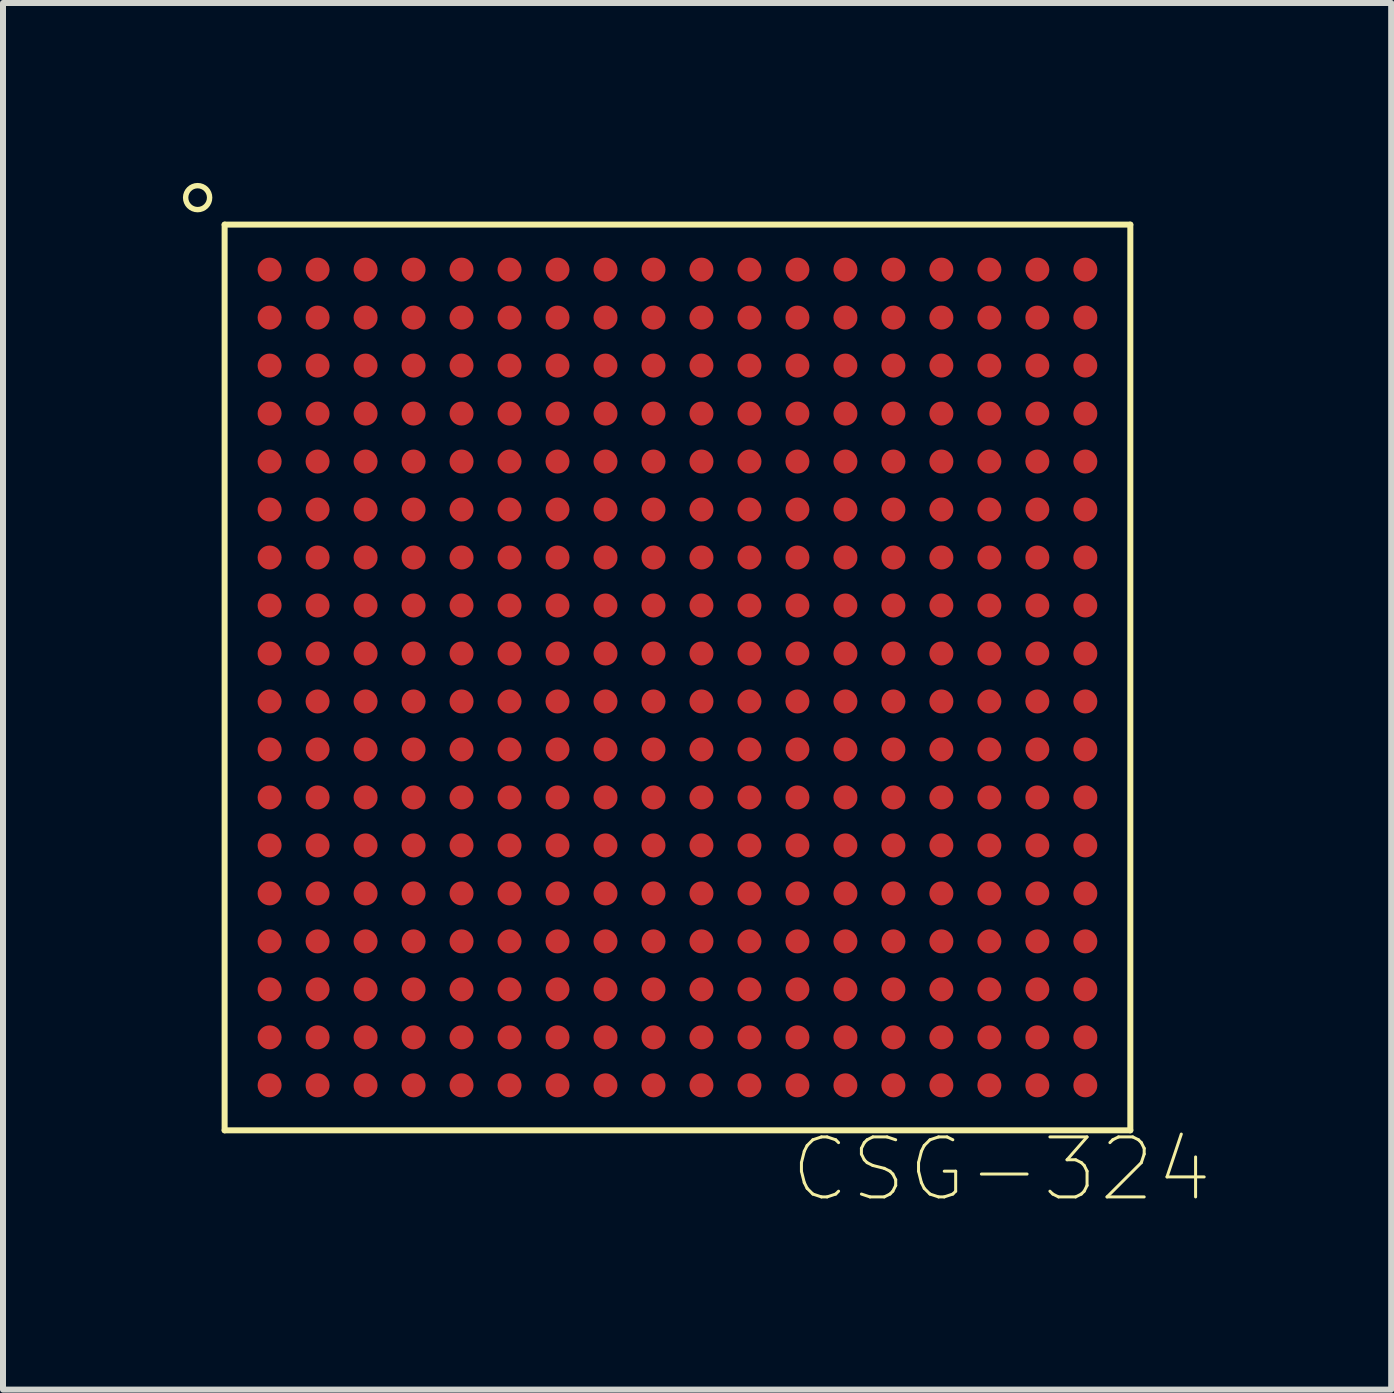
<source format=kicad_pcb>
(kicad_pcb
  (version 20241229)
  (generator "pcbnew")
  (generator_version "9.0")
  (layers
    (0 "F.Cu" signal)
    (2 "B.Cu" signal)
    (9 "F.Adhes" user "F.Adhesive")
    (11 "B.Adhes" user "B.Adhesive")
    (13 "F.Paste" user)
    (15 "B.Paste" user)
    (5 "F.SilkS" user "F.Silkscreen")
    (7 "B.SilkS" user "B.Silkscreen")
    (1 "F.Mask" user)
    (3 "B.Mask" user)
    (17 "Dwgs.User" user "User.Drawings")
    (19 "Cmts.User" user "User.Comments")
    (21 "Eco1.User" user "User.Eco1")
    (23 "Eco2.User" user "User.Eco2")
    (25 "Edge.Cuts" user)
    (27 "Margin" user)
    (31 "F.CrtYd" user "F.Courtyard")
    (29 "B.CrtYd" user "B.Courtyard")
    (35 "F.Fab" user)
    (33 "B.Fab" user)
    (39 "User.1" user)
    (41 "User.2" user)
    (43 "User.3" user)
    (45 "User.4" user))
  (footprint "CSG-324"
    (layer "F.Cu")
    (at 8.245 8.245)
    (property "Reference" "CSG-324" (at 5.4 8.2 0) (layer "F.SilkS") (effects (font (size 1 1) (thickness 0.05))))
    (attr smd)
    (fp_line (start -7.55 -7.55) (end -7.55 7.55) (stroke (width 0.1) (type solid)) (layer "F.SilkS"))
    (fp_line (start -7.55 7.55) (end 7.55 7.55) (stroke (width 0.1) (type solid)) (layer "F.SilkS"))
    (fp_line (start 7.55 -7.55) (end -7.55 -7.55) (stroke (width 0.1) (type solid)) (layer "F.SilkS"))
    (fp_line (start 7.55 7.55) (end 7.55 -7.55) (stroke (width 0.1) (type solid)) (layer "F.SilkS"))
    (fp_circle (center -8 -8) (end -8.2 -8) (stroke (width 0.09) (type solid)) (fill no) (layer "F.SilkS"))
    (pad "A1" smd circle (at -6.8 -6.8) (size 0.4 0.4) (layers "F.Cu" "F.Mask" "F.Paste"))
    (pad "A2" smd circle (at -6 -6.8) (size 0.4 0.4) (layers "F.Cu" "F.Mask" "F.Paste"))
    (pad "A3" smd circle (at -5.2 -6.8) (size 0.4 0.4) (layers "F.Cu" "F.Mask" "F.Paste"))
    (pad "A4" smd circle (at -4.4 -6.8) (size 0.4 0.4) (layers "F.Cu" "F.Mask" "F.Paste"))
    (pad "A5" smd circle (at -3.6 -6.8) (size 0.4 0.4) (layers "F.Cu" "F.Mask" "F.Paste"))
    (pad "A6" smd circle (at -2.8 -6.8) (size 0.4 0.4) (layers "F.Cu" "F.Mask" "F.Paste"))
    (pad "A7" smd circle (at -2 -6.8) (size 0.4 0.4) (layers "F.Cu" "F.Mask" "F.Paste"))
    (pad "A8" smd circle (at -1.2 -6.8) (size 0.4 0.4) (layers "F.Cu" "F.Mask" "F.Paste"))
    (pad "A9" smd circle (at -0.4 -6.8) (size 0.4 0.4) (layers "F.Cu" "F.Mask" "F.Paste"))
    (pad "A10" smd circle (at 0.4 -6.8) (size 0.4 0.4) (layers "F.Cu" "F.Mask" "F.Paste"))
    (pad "A11" smd circle (at 1.2 -6.8) (size 0.4 0.4) (layers "F.Cu" "F.Mask" "F.Paste"))
    (pad "A12" smd circle (at 2 -6.8) (size 0.4 0.4) (layers "F.Cu" "F.Mask" "F.Paste"))
    (pad "A13" smd circle (at 2.8 -6.8) (size 0.4 0.4) (layers "F.Cu" "F.Mask" "F.Paste"))
    (pad "A14" smd circle (at 3.6 -6.8) (size 0.4 0.4) (layers "F.Cu" "F.Mask" "F.Paste"))
    (pad "A15" smd circle (at 4.4 -6.8) (size 0.4 0.4) (layers "F.Cu" "F.Mask" "F.Paste"))
    (pad "A16" smd circle (at 5.2 -6.8) (size 0.4 0.4) (layers "F.Cu" "F.Mask" "F.Paste"))
    (pad "A17" smd circle (at 6 -6.8) (size 0.4 0.4) (layers "F.Cu" "F.Mask" "F.Paste"))
    (pad "A18" smd circle (at 6.8 -6.8) (size 0.4 0.4) (layers "F.Cu" "F.Mask" "F.Paste"))
    (pad "B1" smd circle (at -6.8 -6) (size 0.4 0.4) (layers "F.Cu" "F.Mask" "F.Paste"))
    (pad "B2" smd circle (at -6 -6) (size 0.4 0.4) (layers "F.Cu" "F.Mask" "F.Paste"))
    (pad "B3" smd circle (at -5.2 -6) (size 0.4 0.4) (layers "F.Cu" "F.Mask" "F.Paste"))
    (pad "B4" smd circle (at -4.4 -6) (size 0.4 0.4) (layers "F.Cu" "F.Mask" "F.Paste"))
    (pad "B5" smd circle (at -3.6 -6) (size 0.4 0.4) (layers "F.Cu" "F.Mask" "F.Paste"))
    (pad "B6" smd circle (at -2.8 -6) (size 0.4 0.4) (layers "F.Cu" "F.Mask" "F.Paste"))
    (pad "B7" smd circle (at -2 -6) (size 0.4 0.4) (layers "F.Cu" "F.Mask" "F.Paste"))
    (pad "B8" smd circle (at -1.2 -6) (size 0.4 0.4) (layers "F.Cu" "F.Mask" "F.Paste"))
    (pad "B9" smd circle (at -0.4 -6) (size 0.4 0.4) (layers "F.Cu" "F.Mask" "F.Paste"))
    (pad "B10" smd circle (at 0.4 -6) (size 0.4 0.4) (layers "F.Cu" "F.Mask" "F.Paste"))
    (pad "B11" smd circle (at 1.2 -6) (size 0.4 0.4) (layers "F.Cu" "F.Mask" "F.Paste"))
    (pad "B12" smd circle (at 2 -6) (size 0.4 0.4) (layers "F.Cu" "F.Mask" "F.Paste"))
    (pad "B13" smd circle (at 2.8 -6) (size 0.4 0.4) (layers "F.Cu" "F.Mask" "F.Paste"))
    (pad "B14" smd circle (at 3.6 -6) (size 0.4 0.4) (layers "F.Cu" "F.Mask" "F.Paste"))
    (pad "B15" smd circle (at 4.4 -6) (size 0.4 0.4) (layers "F.Cu" "F.Mask" "F.Paste"))
    (pad "B16" smd circle (at 5.2 -6) (size 0.4 0.4) (layers "F.Cu" "F.Mask" "F.Paste"))
    (pad "B17" smd circle (at 6 -6) (size 0.4 0.4) (layers "F.Cu" "F.Mask" "F.Paste"))
    (pad "B18" smd circle (at 6.8 -6) (size 0.4 0.4) (layers "F.Cu" "F.Mask" "F.Paste"))
    (pad "C1" smd circle (at -6.8 -5.2) (size 0.4 0.4) (layers "F.Cu" "F.Mask" "F.Paste"))
    (pad "C2" smd circle (at -6 -5.2) (size 0.4 0.4) (layers "F.Cu" "F.Mask" "F.Paste"))
    (pad "C3" smd circle (at -5.2 -5.2) (size 0.4 0.4) (layers "F.Cu" "F.Mask" "F.Paste"))
    (pad "C4" smd circle (at -4.4 -5.2) (size 0.4 0.4) (layers "F.Cu" "F.Mask" "F.Paste"))
    (pad "C5" smd circle (at -3.6 -5.2) (size 0.4 0.4) (layers "F.Cu" "F.Mask" "F.Paste"))
    (pad "C6" smd circle (at -2.8 -5.2) (size 0.4 0.4) (layers "F.Cu" "F.Mask" "F.Paste"))
    (pad "C7" smd circle (at -2 -5.2) (size 0.4 0.4) (layers "F.Cu" "F.Mask" "F.Paste"))
    (pad "C8" smd circle (at -1.2 -5.2) (size 0.4 0.4) (layers "F.Cu" "F.Mask" "F.Paste"))
    (pad "C9" smd circle (at -0.4 -5.2) (size 0.4 0.4) (layers "F.Cu" "F.Mask" "F.Paste"))
    (pad "C10" smd circle (at 0.4 -5.2) (size 0.4 0.4) (layers "F.Cu" "F.Mask" "F.Paste"))
    (pad "C11" smd circle (at 1.2 -5.2) (size 0.4 0.4) (layers "F.Cu" "F.Mask" "F.Paste"))
    (pad "C12" smd circle (at 2 -5.2) (size 0.4 0.4) (layers "F.Cu" "F.Mask" "F.Paste"))
    (pad "C13" smd circle (at 2.8 -5.2) (size 0.4 0.4) (layers "F.Cu" "F.Mask" "F.Paste"))
    (pad "C14" smd circle (at 3.6 -5.2) (size 0.4 0.4) (layers "F.Cu" "F.Mask" "F.Paste"))
    (pad "C15" smd circle (at 4.4 -5.2) (size 0.4 0.4) (layers "F.Cu" "F.Mask" "F.Paste"))
    (pad "C16" smd circle (at 5.2 -5.2) (size 0.4 0.4) (layers "F.Cu" "F.Mask" "F.Paste"))
    (pad "C17" smd circle (at 6 -5.2) (size 0.4 0.4) (layers "F.Cu" "F.Mask" "F.Paste"))
    (pad "C18" smd circle (at 6.8 -5.2) (size 0.4 0.4) (layers "F.Cu" "F.Mask" "F.Paste"))
    (pad "D1" smd circle (at -6.8 -4.4) (size 0.4 0.4) (layers "F.Cu" "F.Mask" "F.Paste"))
    (pad "D2" smd circle (at -6 -4.4) (size 0.4 0.4) (layers "F.Cu" "F.Mask" "F.Paste"))
    (pad "D3" smd circle (at -5.2 -4.4) (size 0.4 0.4) (layers "F.Cu" "F.Mask" "F.Paste"))
    (pad "D4" smd circle (at -4.4 -4.4) (size 0.4 0.4) (layers "F.Cu" "F.Mask" "F.Paste"))
    (pad "D5" smd circle (at -3.6 -4.4) (size 0.4 0.4) (layers "F.Cu" "F.Mask" "F.Paste"))
    (pad "D6" smd circle (at -2.8 -4.4) (size 0.4 0.4) (layers "F.Cu" "F.Mask" "F.Paste"))
    (pad "D7" smd circle (at -2 -4.4) (size 0.4 0.4) (layers "F.Cu" "F.Mask" "F.Paste"))
    (pad "D8" smd circle (at -1.2 -4.4) (size 0.4 0.4) (layers "F.Cu" "F.Mask" "F.Paste"))
    (pad "D9" smd circle (at -0.4 -4.4) (size 0.4 0.4) (layers "F.Cu" "F.Mask" "F.Paste"))
    (pad "D10" smd circle (at 0.4 -4.4) (size 0.4 0.4) (layers "F.Cu" "F.Mask" "F.Paste"))
    (pad "D11" smd circle (at 1.2 -4.4) (size 0.4 0.4) (layers "F.Cu" "F.Mask" "F.Paste"))
    (pad "D12" smd circle (at 2 -4.4) (size 0.4 0.4) (layers "F.Cu" "F.Mask" "F.Paste"))
    (pad "D13" smd circle (at 2.8 -4.4) (size 0.4 0.4) (layers "F.Cu" "F.Mask" "F.Paste"))
    (pad "D14" smd circle (at 3.6 -4.4) (size 0.4 0.4) (layers "F.Cu" "F.Mask" "F.Paste"))
    (pad "D15" smd circle (at 4.4 -4.4) (size 0.4 0.4) (layers "F.Cu" "F.Mask" "F.Paste"))
    (pad "D16" smd circle (at 5.2 -4.4) (size 0.4 0.4) (layers "F.Cu" "F.Mask" "F.Paste"))
    (pad "D17" smd circle (at 6 -4.4) (size 0.4 0.4) (layers "F.Cu" "F.Mask" "F.Paste"))
    (pad "D18" smd circle (at 6.8 -4.4) (size 0.4 0.4) (layers "F.Cu" "F.Mask" "F.Paste"))
    (pad "E1" smd circle (at -6.8 -3.6) (size 0.4 0.4) (layers "F.Cu" "F.Mask" "F.Paste"))
    (pad "E2" smd circle (at -6 -3.6) (size 0.4 0.4) (layers "F.Cu" "F.Mask" "F.Paste"))
    (pad "E3" smd circle (at -5.2 -3.6) (size 0.4 0.4) (layers "F.Cu" "F.Mask" "F.Paste"))
    (pad "E4" smd circle (at -4.4 -3.6) (size 0.4 0.4) (layers "F.Cu" "F.Mask" "F.Paste"))
    (pad "E5" smd circle (at -3.6 -3.6) (size 0.4 0.4) (layers "F.Cu" "F.Mask" "F.Paste"))
    (pad "E6" smd circle (at -2.8 -3.6) (size 0.4 0.4) (layers "F.Cu" "F.Mask" "F.Paste"))
    (pad "E7" smd circle (at -2 -3.6) (size 0.4 0.4) (layers "F.Cu" "F.Mask" "F.Paste"))
    (pad "E8" smd circle (at -1.2 -3.6) (size 0.4 0.4) (layers "F.Cu" "F.Mask" "F.Paste"))
    (pad "E9" smd circle (at -0.4 -3.6) (size 0.4 0.4) (layers "F.Cu" "F.Mask" "F.Paste"))
    (pad "E10" smd circle (at 0.4 -3.6) (size 0.4 0.4) (layers "F.Cu" "F.Mask" "F.Paste"))
    (pad "E11" smd circle (at 1.2 -3.6) (size 0.4 0.4) (layers "F.Cu" "F.Mask" "F.Paste"))
    (pad "E12" smd circle (at 2 -3.6) (size 0.4 0.4) (layers "F.Cu" "F.Mask" "F.Paste"))
    (pad "E13" smd circle (at 2.8 -3.6) (size 0.4 0.4) (layers "F.Cu" "F.Mask" "F.Paste"))
    (pad "E14" smd circle (at 3.6 -3.6) (size 0.4 0.4) (layers "F.Cu" "F.Mask" "F.Paste"))
    (pad "E15" smd circle (at 4.4 -3.6) (size 0.4 0.4) (layers "F.Cu" "F.Mask" "F.Paste"))
    (pad "E16" smd circle (at 5.2 -3.6) (size 0.4 0.4) (layers "F.Cu" "F.Mask" "F.Paste"))
    (pad "E17" smd circle (at 6 -3.6) (size 0.4 0.4) (layers "F.Cu" "F.Mask" "F.Paste"))
    (pad "E18" smd circle (at 6.8 -3.6) (size 0.4 0.4) (layers "F.Cu" "F.Mask" "F.Paste"))
    (pad "F1" smd circle (at -6.8 -2.8) (size 0.4 0.4) (layers "F.Cu" "F.Mask" "F.Paste"))
    (pad "F2" smd circle (at -6 -2.8) (size 0.4 0.4) (layers "F.Cu" "F.Mask" "F.Paste"))
    (pad "F3" smd circle (at -5.2 -2.8) (size 0.4 0.4) (layers "F.Cu" "F.Mask" "F.Paste"))
    (pad "F4" smd circle (at -4.4 -2.8) (size 0.4 0.4) (layers "F.Cu" "F.Mask" "F.Paste"))
    (pad "F5" smd circle (at -3.6 -2.8) (size 0.4 0.4) (layers "F.Cu" "F.Mask" "F.Paste"))
    (pad "F6" smd circle (at -2.8 -2.8) (size 0.4 0.4) (layers "F.Cu" "F.Mask" "F.Paste"))
    (pad "F7" smd circle (at -2 -2.8) (size 0.4 0.4) (layers "F.Cu" "F.Mask" "F.Paste"))
    (pad "F8" smd circle (at -1.2 -2.8) (size 0.4 0.4) (layers "F.Cu" "F.Mask" "F.Paste"))
    (pad "F9" smd circle (at -0.4 -2.8) (size 0.4 0.4) (layers "F.Cu" "F.Mask" "F.Paste"))
    (pad "F10" smd circle (at 0.4 -2.8) (size 0.4 0.4) (layers "F.Cu" "F.Mask" "F.Paste"))
    (pad "F11" smd circle (at 1.2 -2.8) (size 0.4 0.4) (layers "F.Cu" "F.Mask" "F.Paste"))
    (pad "F12" smd circle (at 2 -2.8) (size 0.4 0.4) (layers "F.Cu" "F.Mask" "F.Paste"))
    (pad "F13" smd circle (at 2.8 -2.8) (size 0.4 0.4) (layers "F.Cu" "F.Mask" "F.Paste"))
    (pad "F14" smd circle (at 3.6 -2.8) (size 0.4 0.4) (layers "F.Cu" "F.Mask" "F.Paste"))
    (pad "F15" smd circle (at 4.4 -2.8) (size 0.4 0.4) (layers "F.Cu" "F.Mask" "F.Paste"))
    (pad "F16" smd circle (at 5.2 -2.8) (size 0.4 0.4) (layers "F.Cu" "F.Mask" "F.Paste"))
    (pad "F17" smd circle (at 6 -2.8) (size 0.4 0.4) (layers "F.Cu" "F.Mask" "F.Paste"))
    (pad "F18" smd circle (at 6.8 -2.8) (size 0.4 0.4) (layers "F.Cu" "F.Mask" "F.Paste"))
    (pad "G1" smd circle (at -6.8 -2) (size 0.4 0.4) (layers "F.Cu" "F.Mask" "F.Paste"))
    (pad "G2" smd circle (at -6 -2) (size 0.4 0.4) (layers "F.Cu" "F.Mask" "F.Paste"))
    (pad "G3" smd circle (at -5.2 -2) (size 0.4 0.4) (layers "F.Cu" "F.Mask" "F.Paste"))
    (pad "G4" smd circle (at -4.4 -2) (size 0.4 0.4) (layers "F.Cu" "F.Mask" "F.Paste"))
    (pad "G5" smd circle (at -3.6 -2) (size 0.4 0.4) (layers "F.Cu" "F.Mask" "F.Paste"))
    (pad "G6" smd circle (at -2.8 -2) (size 0.4 0.4) (layers "F.Cu" "F.Mask" "F.Paste"))
    (pad "G7" smd circle (at -2 -2) (size 0.4 0.4) (layers "F.Cu" "F.Mask" "F.Paste"))
    (pad "G8" smd circle (at -1.2 -2) (size 0.4 0.4) (layers "F.Cu" "F.Mask" "F.Paste"))
    (pad "G9" smd circle (at -0.4 -2) (size 0.4 0.4) (layers "F.Cu" "F.Mask" "F.Paste"))
    (pad "G10" smd circle (at 0.4 -2) (size 0.4 0.4) (layers "F.Cu" "F.Mask" "F.Paste"))
    (pad "G11" smd circle (at 1.2 -2) (size 0.4 0.4) (layers "F.Cu" "F.Mask" "F.Paste"))
    (pad "G12" smd circle (at 2 -2) (size 0.4 0.4) (layers "F.Cu" "F.Mask" "F.Paste"))
    (pad "G13" smd circle (at 2.8 -2) (size 0.4 0.4) (layers "F.Cu" "F.Mask" "F.Paste"))
    (pad "G14" smd circle (at 3.6 -2) (size 0.4 0.4) (layers "F.Cu" "F.Mask" "F.Paste"))
    (pad "G15" smd circle (at 4.4 -2) (size 0.4 0.4) (layers "F.Cu" "F.Mask" "F.Paste"))
    (pad "G16" smd circle (at 5.2 -2) (size 0.4 0.4) (layers "F.Cu" "F.Mask" "F.Paste"))
    (pad "G17" smd circle (at 6 -2) (size 0.4 0.4) (layers "F.Cu" "F.Mask" "F.Paste"))
    (pad "G18" smd circle (at 6.8 -2) (size 0.4 0.4) (layers "F.Cu" "F.Mask" "F.Paste"))
    (pad "H1" smd circle (at -6.8 -1.2) (size 0.4 0.4) (layers "F.Cu" "F.Mask" "F.Paste"))
    (pad "H2" smd circle (at -6 -1.2) (size 0.4 0.4) (layers "F.Cu" "F.Mask" "F.Paste"))
    (pad "H3" smd circle (at -5.2 -1.2) (size 0.4 0.4) (layers "F.Cu" "F.Mask" "F.Paste"))
    (pad "H4" smd circle (at -4.4 -1.2) (size 0.4 0.4) (layers "F.Cu" "F.Mask" "F.Paste"))
    (pad "H5" smd circle (at -3.6 -1.2) (size 0.4 0.4) (layers "F.Cu" "F.Mask" "F.Paste"))
    (pad "H6" smd circle (at -2.8 -1.2) (size 0.4 0.4) (layers "F.Cu" "F.Mask" "F.Paste"))
    (pad "H7" smd circle (at -2 -1.2) (size 0.4 0.4) (layers "F.Cu" "F.Mask" "F.Paste"))
    (pad "H8" smd circle (at -1.2 -1.2) (size 0.4 0.4) (layers "F.Cu" "F.Mask" "F.Paste"))
    (pad "H9" smd circle (at -0.4 -1.2) (size 0.4 0.4) (layers "F.Cu" "F.Mask" "F.Paste"))
    (pad "H10" smd circle (at 0.4 -1.2) (size 0.4 0.4) (layers "F.Cu" "F.Mask" "F.Paste"))
    (pad "H11" smd circle (at 1.2 -1.2) (size 0.4 0.4) (layers "F.Cu" "F.Mask" "F.Paste"))
    (pad "H12" smd circle (at 2 -1.2) (size 0.4 0.4) (layers "F.Cu" "F.Mask" "F.Paste"))
    (pad "H13" smd circle (at 2.8 -1.2) (size 0.4 0.4) (layers "F.Cu" "F.Mask" "F.Paste"))
    (pad "H14" smd circle (at 3.6 -1.2) (size 0.4 0.4) (layers "F.Cu" "F.Mask" "F.Paste"))
    (pad "H15" smd circle (at 4.4 -1.2) (size 0.4 0.4) (layers "F.Cu" "F.Mask" "F.Paste"))
    (pad "H16" smd circle (at 5.2 -1.2) (size 0.4 0.4) (layers "F.Cu" "F.Mask" "F.Paste"))
    (pad "H17" smd circle (at 6 -1.2) (size 0.4 0.4) (layers "F.Cu" "F.Mask" "F.Paste"))
    (pad "H18" smd circle (at 6.8 -1.2) (size 0.4 0.4) (layers "F.Cu" "F.Mask" "F.Paste"))
    (pad "J1" smd circle (at -6.8 -0.4) (size 0.4 0.4) (layers "F.Cu" "F.Mask" "F.Paste"))
    (pad "J2" smd circle (at -6 -0.4) (size 0.4 0.4) (layers "F.Cu" "F.Mask" "F.Paste"))
    (pad "J3" smd circle (at -5.2 -0.4) (size 0.4 0.4) (layers "F.Cu" "F.Mask" "F.Paste"))
    (pad "J4" smd circle (at -4.4 -0.4) (size 0.4 0.4) (layers "F.Cu" "F.Mask" "F.Paste"))
    (pad "J5" smd circle (at -3.6 -0.4) (size 0.4 0.4) (layers "F.Cu" "F.Mask" "F.Paste"))
    (pad "J6" smd circle (at -2.8 -0.4) (size 0.4 0.4) (layers "F.Cu" "F.Mask" "F.Paste"))
    (pad "J7" smd circle (at -2 -0.4) (size 0.4 0.4) (layers "F.Cu" "F.Mask" "F.Paste"))
    (pad "J8" smd circle (at -1.2 -0.4) (size 0.4 0.4) (layers "F.Cu" "F.Mask" "F.Paste"))
    (pad "J9" smd circle (at -0.4 -0.4) (size 0.4 0.4) (layers "F.Cu" "F.Mask" "F.Paste"))
    (pad "J10" smd circle (at 0.4 -0.4) (size 0.4 0.4) (layers "F.Cu" "F.Mask" "F.Paste"))
    (pad "J11" smd circle (at 1.2 -0.4) (size 0.4 0.4) (layers "F.Cu" "F.Mask" "F.Paste"))
    (pad "J12" smd circle (at 2 -0.4) (size 0.4 0.4) (layers "F.Cu" "F.Mask" "F.Paste"))
    (pad "J13" smd circle (at 2.8 -0.4) (size 0.4 0.4) (layers "F.Cu" "F.Mask" "F.Paste"))
    (pad "J14" smd circle (at 3.6 -0.4) (size 0.4 0.4) (layers "F.Cu" "F.Mask" "F.Paste"))
    (pad "J15" smd circle (at 4.4 -0.4) (size 0.4 0.4) (layers "F.Cu" "F.Mask" "F.Paste"))
    (pad "J16" smd circle (at 5.2 -0.4) (size 0.4 0.4) (layers "F.Cu" "F.Mask" "F.Paste"))
    (pad "J17" smd circle (at 6 -0.4) (size 0.4 0.4) (layers "F.Cu" "F.Mask" "F.Paste"))
    (pad "J18" smd circle (at 6.8 -0.4) (size 0.4 0.4) (layers "F.Cu" "F.Mask" "F.Paste"))
    (pad "K1" smd circle (at -6.8 0.4) (size 0.4 0.4) (layers "F.Cu" "F.Mask" "F.Paste"))
    (pad "K2" smd circle (at -6 0.4) (size 0.4 0.4) (layers "F.Cu" "F.Mask" "F.Paste"))
    (pad "K3" smd circle (at -5.2 0.4) (size 0.4 0.4) (layers "F.Cu" "F.Mask" "F.Paste"))
    (pad "K4" smd circle (at -4.4 0.4) (size 0.4 0.4) (layers "F.Cu" "F.Mask" "F.Paste"))
    (pad "K5" smd circle (at -3.6 0.4) (size 0.4 0.4) (layers "F.Cu" "F.Mask" "F.Paste"))
    (pad "K6" smd circle (at -2.8 0.4) (size 0.4 0.4) (layers "F.Cu" "F.Mask" "F.Paste"))
    (pad "K7" smd circle (at -2 0.4) (size 0.4 0.4) (layers "F.Cu" "F.Mask" "F.Paste"))
    (pad "K8" smd circle (at -1.2 0.4) (size 0.4 0.4) (layers "F.Cu" "F.Mask" "F.Paste"))
    (pad "K9" smd circle (at -0.4 0.4) (size 0.4 0.4) (layers "F.Cu" "F.Mask" "F.Paste"))
    (pad "K10" smd circle (at 0.4 0.4) (size 0.4 0.4) (layers "F.Cu" "F.Mask" "F.Paste"))
    (pad "K11" smd circle (at 1.2 0.4) (size 0.4 0.4) (layers "F.Cu" "F.Mask" "F.Paste"))
    (pad "K12" smd circle (at 2 0.4) (size 0.4 0.4) (layers "F.Cu" "F.Mask" "F.Paste"))
    (pad "K13" smd circle (at 2.8 0.4) (size 0.4 0.4) (layers "F.Cu" "F.Mask" "F.Paste"))
    (pad "K14" smd circle (at 3.6 0.4) (size 0.4 0.4) (layers "F.Cu" "F.Mask" "F.Paste"))
    (pad "K15" smd circle (at 4.4 0.4) (size 0.4 0.4) (layers "F.Cu" "F.Mask" "F.Paste"))
    (pad "K16" smd circle (at 5.2 0.4) (size 0.4 0.4) (layers "F.Cu" "F.Mask" "F.Paste"))
    (pad "K17" smd circle (at 6 0.4) (size 0.4 0.4) (layers "F.Cu" "F.Mask" "F.Paste"))
    (pad "K18" smd circle (at 6.8 0.4) (size 0.4 0.4) (layers "F.Cu" "F.Mask" "F.Paste"))
    (pad "L1" smd circle (at -6.8 1.2) (size 0.4 0.4) (layers "F.Cu" "F.Mask" "F.Paste"))
    (pad "L2" smd circle (at -6 1.2) (size 0.4 0.4) (layers "F.Cu" "F.Mask" "F.Paste"))
    (pad "L3" smd circle (at -5.2 1.2) (size 0.4 0.4) (layers "F.Cu" "F.Mask" "F.Paste"))
    (pad "L4" smd circle (at -4.4 1.2) (size 0.4 0.4) (layers "F.Cu" "F.Mask" "F.Paste"))
    (pad "L5" smd circle (at -3.6 1.2) (size 0.4 0.4) (layers "F.Cu" "F.Mask" "F.Paste"))
    (pad "L6" smd circle (at -2.8 1.2) (size 0.4 0.4) (layers "F.Cu" "F.Mask" "F.Paste"))
    (pad "L7" smd circle (at -2 1.2) (size 0.4 0.4) (layers "F.Cu" "F.Mask" "F.Paste"))
    (pad "L8" smd circle (at -1.2 1.2) (size 0.4 0.4) (layers "F.Cu" "F.Mask" "F.Paste"))
    (pad "L9" smd circle (at -0.4 1.2) (size 0.4 0.4) (layers "F.Cu" "F.Mask" "F.Paste"))
    (pad "L10" smd circle (at 0.4 1.2) (size 0.4 0.4) (layers "F.Cu" "F.Mask" "F.Paste"))
    (pad "L11" smd circle (at 1.2 1.2) (size 0.4 0.4) (layers "F.Cu" "F.Mask" "F.Paste"))
    (pad "L12" smd circle (at 2 1.2) (size 0.4 0.4) (layers "F.Cu" "F.Mask" "F.Paste"))
    (pad "L13" smd circle (at 2.8 1.2) (size 0.4 0.4) (layers "F.Cu" "F.Mask" "F.Paste"))
    (pad "L14" smd circle (at 3.6 1.2) (size 0.4 0.4) (layers "F.Cu" "F.Mask" "F.Paste"))
    (pad "L15" smd circle (at 4.4 1.2) (size 0.4 0.4) (layers "F.Cu" "F.Mask" "F.Paste"))
    (pad "L16" smd circle (at 5.2 1.2) (size 0.4 0.4) (layers "F.Cu" "F.Mask" "F.Paste"))
    (pad "L17" smd circle (at 6 1.2) (size 0.4 0.4) (layers "F.Cu" "F.Mask" "F.Paste"))
    (pad "L18" smd circle (at 6.8 1.2) (size 0.4 0.4) (layers "F.Cu" "F.Mask" "F.Paste"))
    (pad "M1" smd circle (at -6.8 2) (size 0.4 0.4) (layers "F.Cu" "F.Mask" "F.Paste"))
    (pad "M2" smd circle (at -6 2) (size 0.4 0.4) (layers "F.Cu" "F.Mask" "F.Paste"))
    (pad "M3" smd circle (at -5.2 2) (size 0.4 0.4) (layers "F.Cu" "F.Mask" "F.Paste"))
    (pad "M4" smd circle (at -4.4 2) (size 0.4 0.4) (layers "F.Cu" "F.Mask" "F.Paste"))
    (pad "M5" smd circle (at -3.6 2) (size 0.4 0.4) (layers "F.Cu" "F.Mask" "F.Paste"))
    (pad "M6" smd circle (at -2.8 2) (size 0.4 0.4) (layers "F.Cu" "F.Mask" "F.Paste"))
    (pad "M7" smd circle (at -2 2) (size 0.4 0.4) (layers "F.Cu" "F.Mask" "F.Paste"))
    (pad "M8" smd circle (at -1.2 2) (size 0.4 0.4) (layers "F.Cu" "F.Mask" "F.Paste"))
    (pad "M9" smd circle (at -0.4 2) (size 0.4 0.4) (layers "F.Cu" "F.Mask" "F.Paste"))
    (pad "M10" smd circle (at 0.4 2) (size 0.4 0.4) (layers "F.Cu" "F.Mask" "F.Paste"))
    (pad "M11" smd circle (at 1.2 2) (size 0.4 0.4) (layers "F.Cu" "F.Mask" "F.Paste"))
    (pad "M12" smd circle (at 2 2) (size 0.4 0.4) (layers "F.Cu" "F.Mask" "F.Paste"))
    (pad "M13" smd circle (at 2.8 2) (size 0.4 0.4) (layers "F.Cu" "F.Mask" "F.Paste"))
    (pad "M14" smd circle (at 3.6 2) (size 0.4 0.4) (layers "F.Cu" "F.Mask" "F.Paste"))
    (pad "M15" smd circle (at 4.4 2) (size 0.4 0.4) (layers "F.Cu" "F.Mask" "F.Paste"))
    (pad "M16" smd circle (at 5.2 2) (size 0.4 0.4) (layers "F.Cu" "F.Mask" "F.Paste"))
    (pad "M17" smd circle (at 6 2) (size 0.4 0.4) (layers "F.Cu" "F.Mask" "F.Paste"))
    (pad "M18" smd circle (at 6.8 2) (size 0.4 0.4) (layers "F.Cu" "F.Mask" "F.Paste"))
    (pad "N1" smd circle (at -6.8 2.8) (size 0.4 0.4) (layers "F.Cu" "F.Mask" "F.Paste"))
    (pad "N2" smd circle (at -6 2.8) (size 0.4 0.4) (layers "F.Cu" "F.Mask" "F.Paste"))
    (pad "N3" smd circle (at -5.2 2.8) (size 0.4 0.4) (layers "F.Cu" "F.Mask" "F.Paste"))
    (pad "N4" smd circle (at -4.4 2.8) (size 0.4 0.4) (layers "F.Cu" "F.Mask" "F.Paste"))
    (pad "N5" smd circle (at -3.6 2.8) (size 0.4 0.4) (layers "F.Cu" "F.Mask" "F.Paste"))
    (pad "N6" smd circle (at -2.8 2.8) (size 0.4 0.4) (layers "F.Cu" "F.Mask" "F.Paste"))
    (pad "N7" smd circle (at -2 2.8) (size 0.4 0.4) (layers "F.Cu" "F.Mask" "F.Paste"))
    (pad "N8" smd circle (at -1.2 2.8) (size 0.4 0.4) (layers "F.Cu" "F.Mask" "F.Paste"))
    (pad "N9" smd circle (at -0.4 2.8) (size 0.4 0.4) (layers "F.Cu" "F.Mask" "F.Paste"))
    (pad "N10" smd circle (at 0.4 2.8) (size 0.4 0.4) (layers "F.Cu" "F.Mask" "F.Paste"))
    (pad "N11" smd circle (at 1.2 2.8) (size 0.4 0.4) (layers "F.Cu" "F.Mask" "F.Paste"))
    (pad "N12" smd circle (at 2 2.8) (size 0.4 0.4) (layers "F.Cu" "F.Mask" "F.Paste"))
    (pad "N13" smd circle (at 2.8 2.8) (size 0.4 0.4) (layers "F.Cu" "F.Mask" "F.Paste"))
    (pad "N14" smd circle (at 3.6 2.8) (size 0.4 0.4) (layers "F.Cu" "F.Mask" "F.Paste"))
    (pad "N15" smd circle (at 4.4 2.8) (size 0.4 0.4) (layers "F.Cu" "F.Mask" "F.Paste"))
    (pad "N16" smd circle (at 5.2 2.8) (size 0.4 0.4) (layers "F.Cu" "F.Mask" "F.Paste"))
    (pad "N17" smd circle (at 6 2.8) (size 0.4 0.4) (layers "F.Cu" "F.Mask" "F.Paste"))
    (pad "N18" smd circle (at 6.8 2.8) (size 0.4 0.4) (layers "F.Cu" "F.Mask" "F.Paste"))
    (pad "P1" smd circle (at -6.8 3.6) (size 0.4 0.4) (layers "F.Cu" "F.Mask" "F.Paste"))
    (pad "P2" smd circle (at -6 3.6) (size 0.4 0.4) (layers "F.Cu" "F.Mask" "F.Paste"))
    (pad "P3" smd circle (at -5.2 3.6) (size 0.4 0.4) (layers "F.Cu" "F.Mask" "F.Paste"))
    (pad "P4" smd circle (at -4.4 3.6) (size 0.4 0.4) (layers "F.Cu" "F.Mask" "F.Paste"))
    (pad "P5" smd circle (at -3.6 3.6) (size 0.4 0.4) (layers "F.Cu" "F.Mask" "F.Paste"))
    (pad "P6" smd circle (at -2.8 3.6) (size 0.4 0.4) (layers "F.Cu" "F.Mask" "F.Paste"))
    (pad "P7" smd circle (at -2 3.6) (size 0.4 0.4) (layers "F.Cu" "F.Mask" "F.Paste"))
    (pad "P8" smd circle (at -1.2 3.6) (size 0.4 0.4) (layers "F.Cu" "F.Mask" "F.Paste"))
    (pad "P9" smd circle (at -0.4 3.6) (size 0.4 0.4) (layers "F.Cu" "F.Mask" "F.Paste"))
    (pad "P10" smd circle (at 0.4 3.6) (size 0.4 0.4) (layers "F.Cu" "F.Mask" "F.Paste"))
    (pad "P11" smd circle (at 1.2 3.6) (size 0.4 0.4) (layers "F.Cu" "F.Mask" "F.Paste"))
    (pad "P12" smd circle (at 2 3.6) (size 0.4 0.4) (layers "F.Cu" "F.Mask" "F.Paste"))
    (pad "P13" smd circle (at 2.8 3.6) (size 0.4 0.4) (layers "F.Cu" "F.Mask" "F.Paste"))
    (pad "P14" smd circle (at 3.6 3.6) (size 0.4 0.4) (layers "F.Cu" "F.Mask" "F.Paste"))
    (pad "P15" smd circle (at 4.4 3.6) (size 0.4 0.4) (layers "F.Cu" "F.Mask" "F.Paste"))
    (pad "P16" smd circle (at 5.2 3.6) (size 0.4 0.4) (layers "F.Cu" "F.Mask" "F.Paste"))
    (pad "P17" smd circle (at 6 3.6) (size 0.4 0.4) (layers "F.Cu" "F.Mask" "F.Paste"))
    (pad "P18" smd circle (at 6.8 3.6) (size 0.4 0.4) (layers "F.Cu" "F.Mask" "F.Paste"))
    (pad "R1" smd circle (at -6.8 4.4) (size 0.4 0.4) (layers "F.Cu" "F.Mask" "F.Paste"))
    (pad "R2" smd circle (at -6 4.4) (size 0.4 0.4) (layers "F.Cu" "F.Mask" "F.Paste"))
    (pad "R3" smd circle (at -5.2 4.4) (size 0.4 0.4) (layers "F.Cu" "F.Mask" "F.Paste"))
    (pad "R4" smd circle (at -4.4 4.4) (size 0.4 0.4) (layers "F.Cu" "F.Mask" "F.Paste"))
    (pad "R5" smd circle (at -3.6 4.4) (size 0.4 0.4) (layers "F.Cu" "F.Mask" "F.Paste"))
    (pad "R6" smd circle (at -2.8 4.4) (size 0.4 0.4) (layers "F.Cu" "F.Mask" "F.Paste"))
    (pad "R7" smd circle (at -2 4.4) (size 0.4 0.4) (layers "F.Cu" "F.Mask" "F.Paste"))
    (pad "R8" smd circle (at -1.2 4.4) (size 0.4 0.4) (layers "F.Cu" "F.Mask" "F.Paste"))
    (pad "R9" smd circle (at -0.4 4.4) (size 0.4 0.4) (layers "F.Cu" "F.Mask" "F.Paste"))
    (pad "R10" smd circle (at 0.4 4.4) (size 0.4 0.4) (layers "F.Cu" "F.Mask" "F.Paste"))
    (pad "R11" smd circle (at 1.2 4.4) (size 0.4 0.4) (layers "F.Cu" "F.Mask" "F.Paste"))
    (pad "R12" smd circle (at 2 4.4) (size 0.4 0.4) (layers "F.Cu" "F.Mask" "F.Paste"))
    (pad "R13" smd circle (at 2.8 4.4) (size 0.4 0.4) (layers "F.Cu" "F.Mask" "F.Paste"))
    (pad "R14" smd circle (at 3.6 4.4) (size 0.4 0.4) (layers "F.Cu" "F.Mask" "F.Paste"))
    (pad "R15" smd circle (at 4.4 4.4) (size 0.4 0.4) (layers "F.Cu" "F.Mask" "F.Paste"))
    (pad "R16" smd circle (at 5.2 4.4) (size 0.4 0.4) (layers "F.Cu" "F.Mask" "F.Paste"))
    (pad "R17" smd circle (at 6 4.4) (size 0.4 0.4) (layers "F.Cu" "F.Mask" "F.Paste"))
    (pad "R18" smd circle (at 6.8 4.4) (size 0.4 0.4) (layers "F.Cu" "F.Mask" "F.Paste"))
    (pad "T1" smd circle (at -6.8 5.2) (size 0.4 0.4) (layers "F.Cu" "F.Mask" "F.Paste"))
    (pad "T2" smd circle (at -6 5.2) (size 0.4 0.4) (layers "F.Cu" "F.Mask" "F.Paste"))
    (pad "T3" smd circle (at -5.2 5.2) (size 0.4 0.4) (layers "F.Cu" "F.Mask" "F.Paste"))
    (pad "T4" smd circle (at -4.4 5.2) (size 0.4 0.4) (layers "F.Cu" "F.Mask" "F.Paste"))
    (pad "T5" smd circle (at -3.6 5.2) (size 0.4 0.4) (layers "F.Cu" "F.Mask" "F.Paste"))
    (pad "T6" smd circle (at -2.8 5.2) (size 0.4 0.4) (layers "F.Cu" "F.Mask" "F.Paste"))
    (pad "T7" smd circle (at -2 5.2) (size 0.4 0.4) (layers "F.Cu" "F.Mask" "F.Paste"))
    (pad "T8" smd circle (at -1.2 5.2) (size 0.4 0.4) (layers "F.Cu" "F.Mask" "F.Paste"))
    (pad "T9" smd circle (at -0.4 5.2) (size 0.4 0.4) (layers "F.Cu" "F.Mask" "F.Paste"))
    (pad "T10" smd circle (at 0.4 5.2) (size 0.4 0.4) (layers "F.Cu" "F.Mask" "F.Paste"))
    (pad "T11" smd circle (at 1.2 5.2) (size 0.4 0.4) (layers "F.Cu" "F.Mask" "F.Paste"))
    (pad "T12" smd circle (at 2 5.2) (size 0.4 0.4) (layers "F.Cu" "F.Mask" "F.Paste"))
    (pad "T13" smd circle (at 2.8 5.2) (size 0.4 0.4) (layers "F.Cu" "F.Mask" "F.Paste"))
    (pad "T14" smd circle (at 3.6 5.2) (size 0.4 0.4) (layers "F.Cu" "F.Mask" "F.Paste"))
    (pad "T15" smd circle (at 4.4 5.2) (size 0.4 0.4) (layers "F.Cu" "F.Mask" "F.Paste"))
    (pad "T16" smd circle (at 5.2 5.2) (size 0.4 0.4) (layers "F.Cu" "F.Mask" "F.Paste"))
    (pad "T17" smd circle (at 6 5.2) (size 0.4 0.4) (layers "F.Cu" "F.Mask" "F.Paste"))
    (pad "T18" smd circle (at 6.8 5.2) (size 0.4 0.4) (layers "F.Cu" "F.Mask" "F.Paste"))
    (pad "U1" smd circle (at -6.8 6) (size 0.4 0.4) (layers "F.Cu" "F.Mask" "F.Paste"))
    (pad "U2" smd circle (at -6 6) (size 0.4 0.4) (layers "F.Cu" "F.Mask" "F.Paste"))
    (pad "U3" smd circle (at -5.2 6) (size 0.4 0.4) (layers "F.Cu" "F.Mask" "F.Paste"))
    (pad "U4" smd circle (at -4.4 6) (size 0.4 0.4) (layers "F.Cu" "F.Mask" "F.Paste"))
    (pad "U5" smd circle (at -3.6 6) (size 0.4 0.4) (layers "F.Cu" "F.Mask" "F.Paste"))
    (pad "U6" smd circle (at -2.8 6) (size 0.4 0.4) (layers "F.Cu" "F.Mask" "F.Paste"))
    (pad "U7" smd circle (at -2 6) (size 0.4 0.4) (layers "F.Cu" "F.Mask" "F.Paste"))
    (pad "U8" smd circle (at -1.2 6) (size 0.4 0.4) (layers "F.Cu" "F.Mask" "F.Paste"))
    (pad "U9" smd circle (at -0.4 6) (size 0.4 0.4) (layers "F.Cu" "F.Mask" "F.Paste"))
    (pad "U10" smd circle (at 0.4 6) (size 0.4 0.4) (layers "F.Cu" "F.Mask" "F.Paste"))
    (pad "U11" smd circle (at 1.2 6) (size 0.4 0.4) (layers "F.Cu" "F.Mask" "F.Paste"))
    (pad "U12" smd circle (at 2 6) (size 0.4 0.4) (layers "F.Cu" "F.Mask" "F.Paste"))
    (pad "U13" smd circle (at 2.8 6) (size 0.4 0.4) (layers "F.Cu" "F.Mask" "F.Paste"))
    (pad "U14" smd circle (at 3.6 6) (size 0.4 0.4) (layers "F.Cu" "F.Mask" "F.Paste"))
    (pad "U15" smd circle (at 4.4 6) (size 0.4 0.4) (layers "F.Cu" "F.Mask" "F.Paste"))
    (pad "U16" smd circle (at 5.2 6) (size 0.4 0.4) (layers "F.Cu" "F.Mask" "F.Paste"))
    (pad "U17" smd circle (at 6 6) (size 0.4 0.4) (layers "F.Cu" "F.Mask" "F.Paste"))
    (pad "U18" smd circle (at 6.8 6) (size 0.4 0.4) (layers "F.Cu" "F.Mask" "F.Paste"))
    (pad "V1" smd circle (at -6.8 6.8) (size 0.4 0.4) (layers "F.Cu" "F.Mask" "F.Paste"))
    (pad "V2" smd circle (at -6 6.8) (size 0.4 0.4) (layers "F.Cu" "F.Mask" "F.Paste"))
    (pad "V3" smd circle (at -5.2 6.8) (size 0.4 0.4) (layers "F.Cu" "F.Mask" "F.Paste"))
    (pad "V4" smd circle (at -4.4 6.8) (size 0.4 0.4) (layers "F.Cu" "F.Mask" "F.Paste"))
    (pad "V5" smd circle (at -3.6 6.8) (size 0.4 0.4) (layers "F.Cu" "F.Mask" "F.Paste"))
    (pad "V6" smd circle (at -2.8 6.8) (size 0.4 0.4) (layers "F.Cu" "F.Mask" "F.Paste"))
    (pad "V7" smd circle (at -2 6.8) (size 0.4 0.4) (layers "F.Cu" "F.Mask" "F.Paste"))
    (pad "V8" smd circle (at -1.2 6.8) (size 0.4 0.4) (layers "F.Cu" "F.Mask" "F.Paste"))
    (pad "V9" smd circle (at -0.4 6.8) (size 0.4 0.4) (layers "F.Cu" "F.Mask" "F.Paste"))
    (pad "V10" smd circle (at 0.4 6.8) (size 0.4 0.4) (layers "F.Cu" "F.Mask" "F.Paste"))
    (pad "V11" smd circle (at 1.2 6.8) (size 0.4 0.4) (layers "F.Cu" "F.Mask" "F.Paste"))
    (pad "V12" smd circle (at 2 6.8) (size 0.4 0.4) (layers "F.Cu" "F.Mask" "F.Paste"))
    (pad "V13" smd circle (at 2.8 6.8) (size 0.4 0.4) (layers "F.Cu" "F.Mask" "F.Paste"))
    (pad "V14" smd circle (at 3.6 6.8) (size 0.4 0.4) (layers "F.Cu" "F.Mask" "F.Paste"))
    (pad "V15" smd circle (at 4.4 6.8) (size 0.4 0.4) (layers "F.Cu" "F.Mask" "F.Paste"))
    (pad "V16" smd circle (at 5.2 6.8) (size 0.4 0.4) (layers "F.Cu" "F.Mask" "F.Paste"))
    (pad "V17" smd circle (at 6 6.8) (size 0.4 0.4) (layers "F.Cu" "F.Mask" "F.Paste"))
    (pad "V18" smd circle (at 6.8 6.8) (size 0.4 0.4) (layers "F.Cu" "F.Mask" "F.Paste")))
  (gr_rect
    (start -3 -3)
    (end 20.144 20.118)
    (stroke (width 0.1) (type default))
    (fill no)
    (layer "Edge.Cuts")))
</source>
